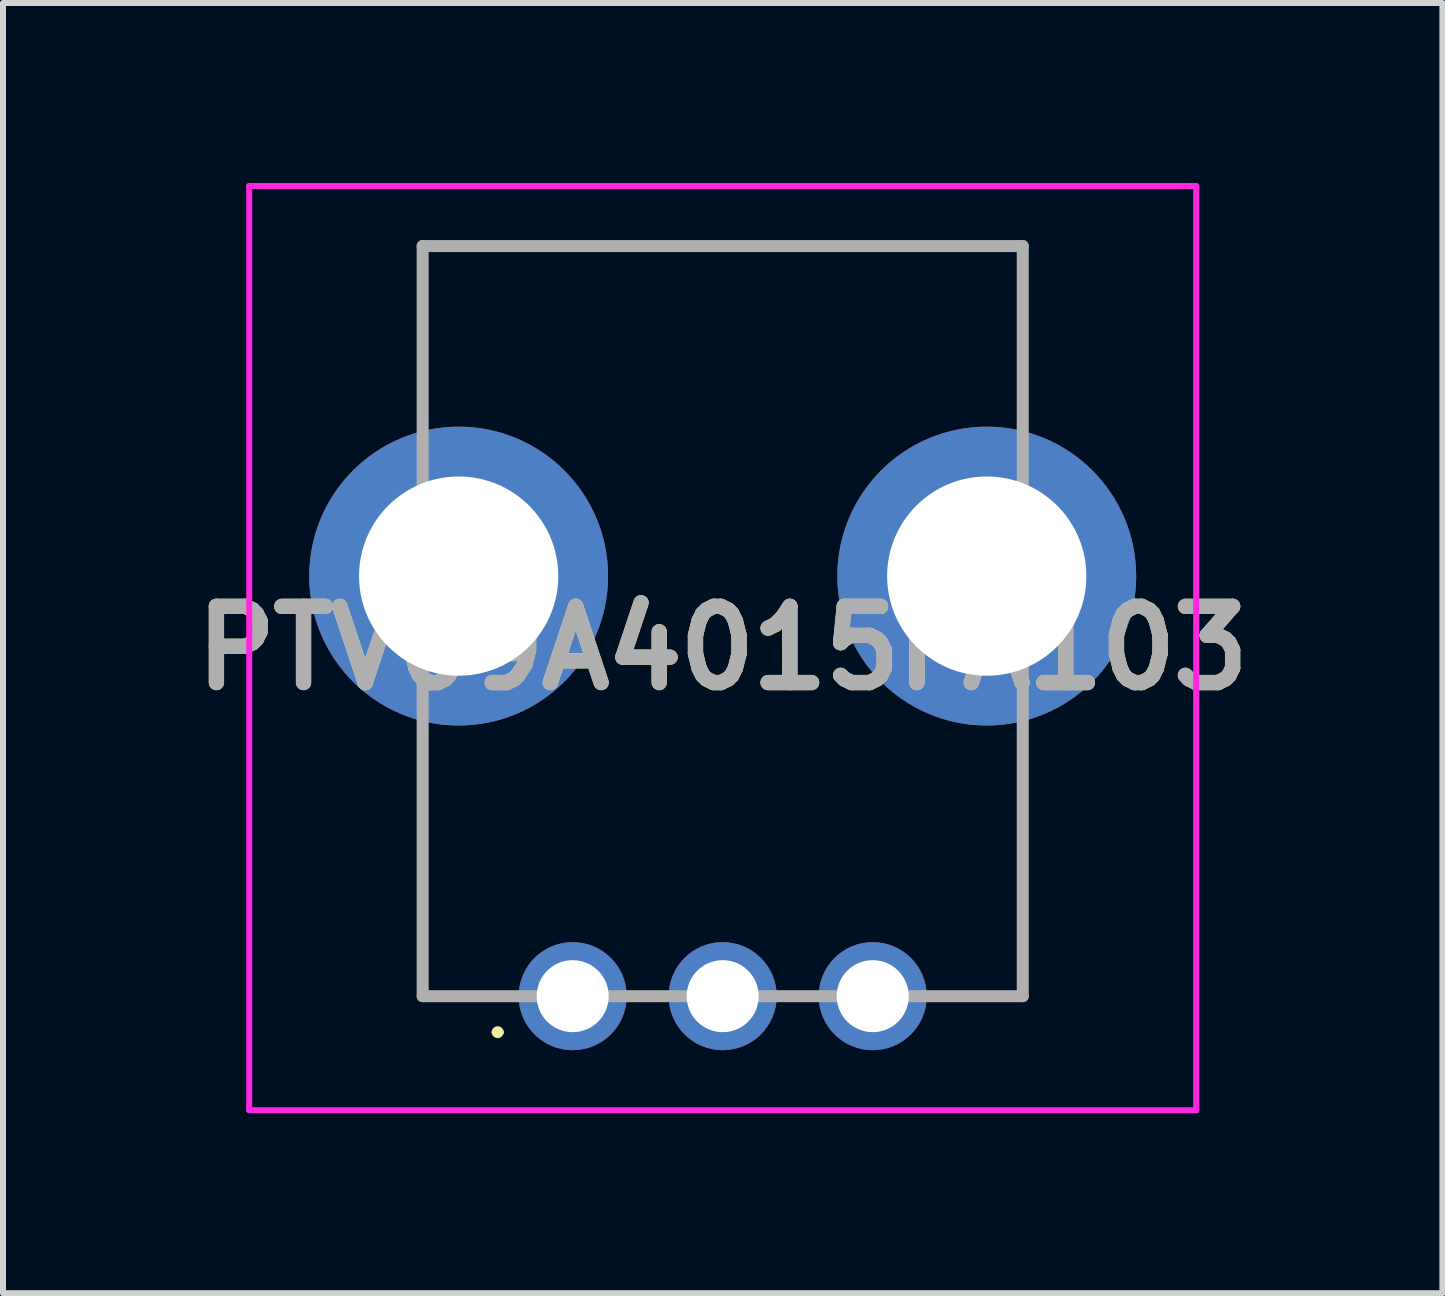
<source format=kicad_pcb>
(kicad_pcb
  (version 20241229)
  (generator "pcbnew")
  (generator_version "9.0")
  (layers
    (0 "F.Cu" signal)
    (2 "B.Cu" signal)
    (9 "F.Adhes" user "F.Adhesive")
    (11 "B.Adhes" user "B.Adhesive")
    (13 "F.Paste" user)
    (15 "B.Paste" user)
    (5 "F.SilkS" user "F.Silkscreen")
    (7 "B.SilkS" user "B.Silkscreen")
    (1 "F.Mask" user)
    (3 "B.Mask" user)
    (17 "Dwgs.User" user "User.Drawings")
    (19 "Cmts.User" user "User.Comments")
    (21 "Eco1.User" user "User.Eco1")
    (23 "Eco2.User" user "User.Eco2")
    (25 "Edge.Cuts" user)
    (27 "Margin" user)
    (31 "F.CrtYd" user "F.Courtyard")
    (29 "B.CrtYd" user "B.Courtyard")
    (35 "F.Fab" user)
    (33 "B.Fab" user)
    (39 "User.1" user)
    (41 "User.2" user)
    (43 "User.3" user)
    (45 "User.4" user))
  (footprint "PTV09A4015FA103"
    (layer "F.Cu")
    (at 6.493 13.55)
    (property "Reference" "PTV09A4015FA103" (at 2.5 -5.8 0) (layer "F.SilkS") (effects (font (size 1.27 1.27) (thickness 0.254))))
    (attr through_hole)
    (fp_line (start -2.5 -12.5) (end 7.5 -12.5) (stroke (width 0.1) (type solid)) (layer "F.SilkS"))
    (fp_line (start -2.5 -9.6) (end -2.5 -12.5) (stroke (width 0.1) (type solid)) (layer "F.SilkS"))
    (fp_line (start -2.5 -4.2) (end -2.5 0) (stroke (width 0.1) (type solid)) (layer "F.SilkS"))
    (fp_line (start -2.5 0) (end -1.2 0) (stroke (width 0.1) (type solid)) (layer "F.SilkS"))
    (fp_line (start -1.3 0.6) (end -1.3 0.6) (stroke (width 0.1) (type solid)) (layer "F.SilkS"))
    (fp_line (start -1.2 0.6) (end -1.2 0.6) (stroke (width 0.1) (type solid)) (layer "F.SilkS"))
    (fp_line (start 7.5 -12.5) (end 7.5 -9.6) (stroke (width 0.1) (type solid)) (layer "F.SilkS"))
    (fp_line (start 7.5 -4.2) (end 7.5 0) (stroke (width 0.1) (type solid)) (layer "F.SilkS"))
    (fp_line (start 7.5 0) (end 6.3 0) (stroke (width 0.1) (type solid)) (layer "F.SilkS"))
    (fp_arc (start -1.3 0.6) (mid -1.25 0.55) (end -1.2 0.6) (stroke (width 0.1) (type solid)) (layer "F.SilkS"))
    (fp_arc (start -1.2 0.6) (mid -1.25 0.65) (end -1.3 0.6) (stroke (width 0.1) (type solid)) (layer "F.SilkS"))
    (fp_line (start -5.39 -13.5) (end 10.39 -13.5) (stroke (width 0.1) (type solid)) (layer "F.CrtYd"))
    (fp_line (start -5.39 1.9) (end -5.39 -13.5) (stroke (width 0.1) (type solid)) (layer "F.CrtYd"))
    (fp_line (start 10.39 -13.5) (end 10.39 1.9) (stroke (width 0.1) (type solid)) (layer "F.CrtYd"))
    (fp_line (start 10.39 1.9) (end -5.39 1.9) (stroke (width 0.1) (type solid)) (layer "F.CrtYd"))
    (fp_line (start -2.5 -12.5) (end 7.5 -12.5) (stroke (width 0.2) (type solid)) (layer "F.Fab"))
    (fp_line (start -2.5 0) (end -2.5 -12.5) (stroke (width 0.2) (type solid)) (layer "F.Fab"))
    (fp_line (start 7.5 -12.5) (end 7.5 0) (stroke (width 0.2) (type solid)) (layer "F.Fab"))
    (fp_line (start 7.5 0) (end -2.5 0) (stroke (width 0.2) (type solid)) (layer "F.Fab"))
    (fp_text user "${REFERENCE}" (at 2.5 -5.8 0) (layer "F.Fab") (effects (font (size 1.27 1.27) (thickness 0.254))))
    (pad "1" thru_hole circle (at 0 0) (size 1.8 1.8) (drill 1.2) (layers "*.Cu" "*.Mask"))
    (pad "2" thru_hole circle (at 2.5 0) (size 1.8 1.8) (drill 1.2) (layers "*.Cu" "*.Mask"))
    (pad "3" thru_hole circle (at 5 0) (size 1.8 1.8) (drill 1.2) (layers "*.Cu" "*.Mask"))
    (pad "MH1" thru_hole circle (at -1.9 -7) (size 4.98 4.98) (drill 3.32) (layers "*.Cu" "*.Mask"))
    (pad "MH2" thru_hole circle (at 6.9 -7) (size 4.98 4.98) (drill 3.32) (layers "*.Cu" "*.Mask")))
  (gr_rect
    (start -3 -3)
    (end 20.986 18.5)
    (stroke (width 0.1) (type default))
    (fill no)
    (layer "Edge.Cuts")))
</source>
